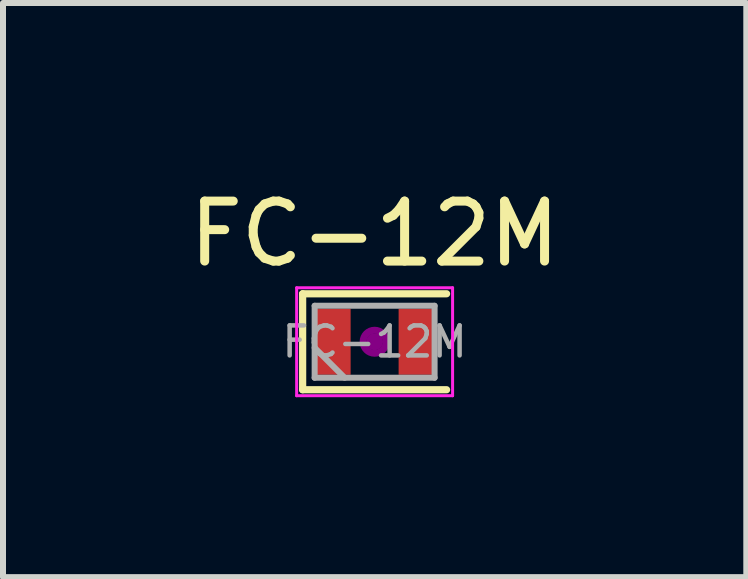
<source format=kicad_pcb>
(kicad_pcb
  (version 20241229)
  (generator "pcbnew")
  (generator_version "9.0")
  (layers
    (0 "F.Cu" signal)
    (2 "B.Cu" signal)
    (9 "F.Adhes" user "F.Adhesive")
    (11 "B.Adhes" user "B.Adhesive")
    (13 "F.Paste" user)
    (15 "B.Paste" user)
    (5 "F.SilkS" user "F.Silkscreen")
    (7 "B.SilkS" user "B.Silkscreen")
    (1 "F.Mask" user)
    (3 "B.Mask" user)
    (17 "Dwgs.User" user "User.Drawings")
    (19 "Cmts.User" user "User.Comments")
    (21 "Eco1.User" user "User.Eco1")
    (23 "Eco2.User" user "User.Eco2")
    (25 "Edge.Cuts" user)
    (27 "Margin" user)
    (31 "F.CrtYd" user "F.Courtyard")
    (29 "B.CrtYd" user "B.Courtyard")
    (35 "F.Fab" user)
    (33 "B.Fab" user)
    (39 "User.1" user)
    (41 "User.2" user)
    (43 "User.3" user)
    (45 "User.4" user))
  (footprint "FC-12M"
    (layer "F.Cu")
    (at 3.196 2.648)
    (property "Reference" "FC-12M" (at 0 -1.8 0) (layer "F.SilkS") (effects (font (size 1 1) (thickness 0.15))))
    (attr smd)
    (fp_line (start -1.2 -0.8) (end -1.2 0.8) (stroke (width 0.12) (type solid)) (layer "F.SilkS"))
    (fp_line (start -1.2 0.8) (end 1.2 0.8) (stroke (width 0.12) (type solid)) (layer "F.SilkS"))
    (fp_line (start 1.2 -0.8) (end -1.2 -0.8) (stroke (width 0.12) (type solid)) (layer "F.SilkS"))
    (fp_circle (center 0 0) (end 0.047 0) (stroke (width 0.093) (type solid)) (fill no) (layer "F.Adhes"))
    (fp_circle (center 0 0) (end 0.107 0) (stroke (width 0.067) (type solid)) (fill no) (layer "F.Adhes"))
    (fp_circle (center 0 0) (end 0.167 0) (stroke (width 0.067) (type solid)) (fill no) (layer "F.Adhes"))
    (fp_circle (center 0 0) (end 0.2 0) (stroke (width 0.1) (type solid)) (fill no) (layer "F.Adhes"))
    (fp_line (start -1.3 -0.9) (end -1.3 0.9) (stroke (width 0.05) (type solid)) (layer "F.CrtYd"))
    (fp_line (start -1.3 0.9) (end 1.3 0.9) (stroke (width 0.05) (type solid)) (layer "F.CrtYd"))
    (fp_line (start 1.3 -0.9) (end -1.3 -0.9) (stroke (width 0.05) (type solid)) (layer "F.CrtYd"))
    (fp_line (start 1.3 0.9) (end 1.3 -0.9) (stroke (width 0.05) (type solid)) (layer "F.CrtYd"))
    (fp_line (start -1 -0.6) (end -1 0.6) (stroke (width 0.1) (type solid)) (layer "F.Fab"))
    (fp_line (start -1 0.1) (end -0.5 0.6) (stroke (width 0.1) (type solid)) (layer "F.Fab"))
    (fp_line (start -1 0.6) (end 1 0.6) (stroke (width 0.1) (type solid)) (layer "F.Fab"))
    (fp_line (start 1 -0.6) (end -1 -0.6) (stroke (width 0.1) (type solid)) (layer "F.Fab"))
    (fp_line (start 1 0.6) (end 1 -0.6) (stroke (width 0.1) (type solid)) (layer "F.Fab"))
    (fp_text user "${REFERENCE}" (at 0 0 0) (layer "F.Fab") (effects (font (size 0.5 0.5) (thickness 0.075))))
    (pad "1" smd rect (at -0.7 0) (size 0.6 1.1) (layers "F.Cu" "F.Mask" "F.Paste"))
    (pad "2" smd rect (at 0.7 0) (size 0.6 1.1) (layers "F.Cu" "F.Mask" "F.Paste")))
  (gr_rect
    (start -3 -3)
    (end 9.393 6.573)
    (stroke (width 0.1) (type default))
    (fill no)
    (layer "Edge.Cuts")))
</source>
